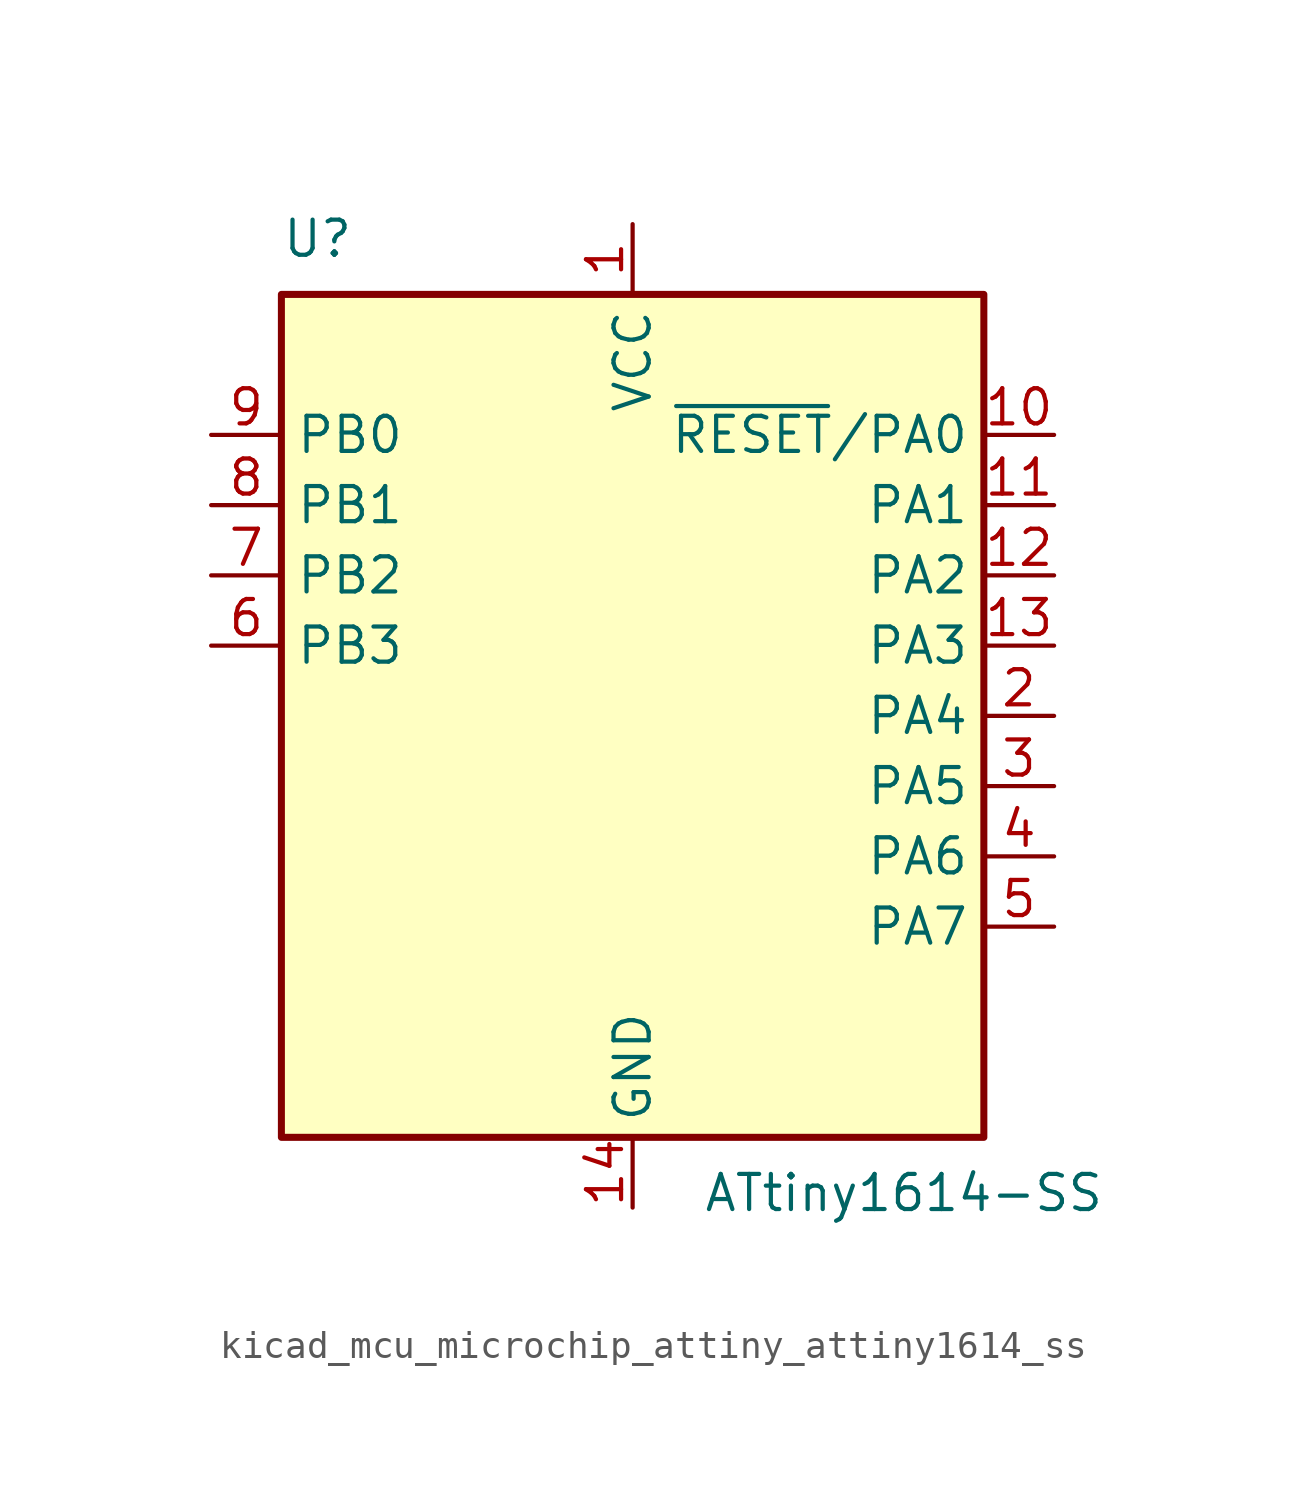
<source format=kicad_sym>
(kicad_symbol_lib
  (version 20220914)
  (generator kicad_symbol_editor)
  (symbol "kicad_mcu_microchip_attiny_attiny1614_ss"
    (property "Reference" "U"
      (at -12.7 16.51 0)
      (effects (font (size 1.27 1.27)) (justify left bottom)))
    (property "Value" "ATtiny1614-SS"
      (at 2.54 -16.51 0)
      (effects (font (size 1.27 1.27)) (justify left top)))
    (symbol "kicad_mcu_microchip_attiny_attiny1614_ss_0_1"
      (rectangle (start -12.7 -15.24) (end 12.7 15.24) (stroke (width 0.254) (type default)) (fill (type background))))
    (symbol "kicad_mcu_microchip_attiny_attiny1614_ss_1_1"
      (pin power_in line (at 0 17.78 270) (length 2.54) (name "VCC" (effects (font (size 1.27 1.27)))) (number "1" (effects (font (size 1.27 1.27)))))
      (pin bidirectional line (at 15.24 10.16 180) (length 2.54) (name "~{RESET}/PA0" (effects (font (size 1.27 1.27)))) (number "10" (effects (font (size 1.27 1.27)))))
      (pin bidirectional line (at 15.24 7.62 180) (length 2.54) (name "PA1" (effects (font (size 1.27 1.27)))) (number "11" (effects (font (size 1.27 1.27)))))
      (pin bidirectional line (at 15.24 5.08 180) (length 2.54) (name "PA2" (effects (font (size 1.27 1.27)))) (number "12" (effects (font (size 1.27 1.27)))))
      (pin bidirectional line (at 15.24 2.54 180) (length 2.54) (name "PA3" (effects (font (size 1.27 1.27)))) (number "13" (effects (font (size 1.27 1.27)))))
      (pin power_in line (at 0 -17.78 90) (length 2.54) (name "GND" (effects (font (size 1.27 1.27)))) (number "14" (effects (font (size 1.27 1.27)))))
      (pin bidirectional line (at 15.24 0 180) (length 2.54) (name "PA4" (effects (font (size 1.27 1.27)))) (number "2" (effects (font (size 1.27 1.27)))))
      (pin bidirectional line (at 15.24 -2.54 180) (length 2.54) (name "PA5" (effects (font (size 1.27 1.27)))) (number "3" (effects (font (size 1.27 1.27)))))
      (pin bidirectional line (at 15.24 -5.08 180) (length 2.54) (name "PA6" (effects (font (size 1.27 1.27)))) (number "4" (effects (font (size 1.27 1.27)))))
      (pin bidirectional line (at 15.24 -7.62 180) (length 2.54) (name "PA7" (effects (font (size 1.27 1.27)))) (number "5" (effects (font (size 1.27 1.27)))))
      (pin bidirectional line (at -15.24 2.54 0) (length 2.54) (name "PB3" (effects (font (size 1.27 1.27)))) (number "6" (effects (font (size 1.27 1.27)))))
      (pin bidirectional line (at -15.24 5.08 0) (length 2.54) (name "PB2" (effects (font (size 1.27 1.27)))) (number "7" (effects (font (size 1.27 1.27)))))
      (pin bidirectional line (at -15.24 7.62 0) (length 2.54) (name "PB1" (effects (font (size 1.27 1.27)))) (number "8" (effects (font (size 1.27 1.27)))))
      (pin bidirectional line (at -15.24 10.16 0) (length 2.54) (name "PB0" (effects (font (size 1.27 1.27)))) (number "9" (effects (font (size 1.27 1.27))))))))
</source>
